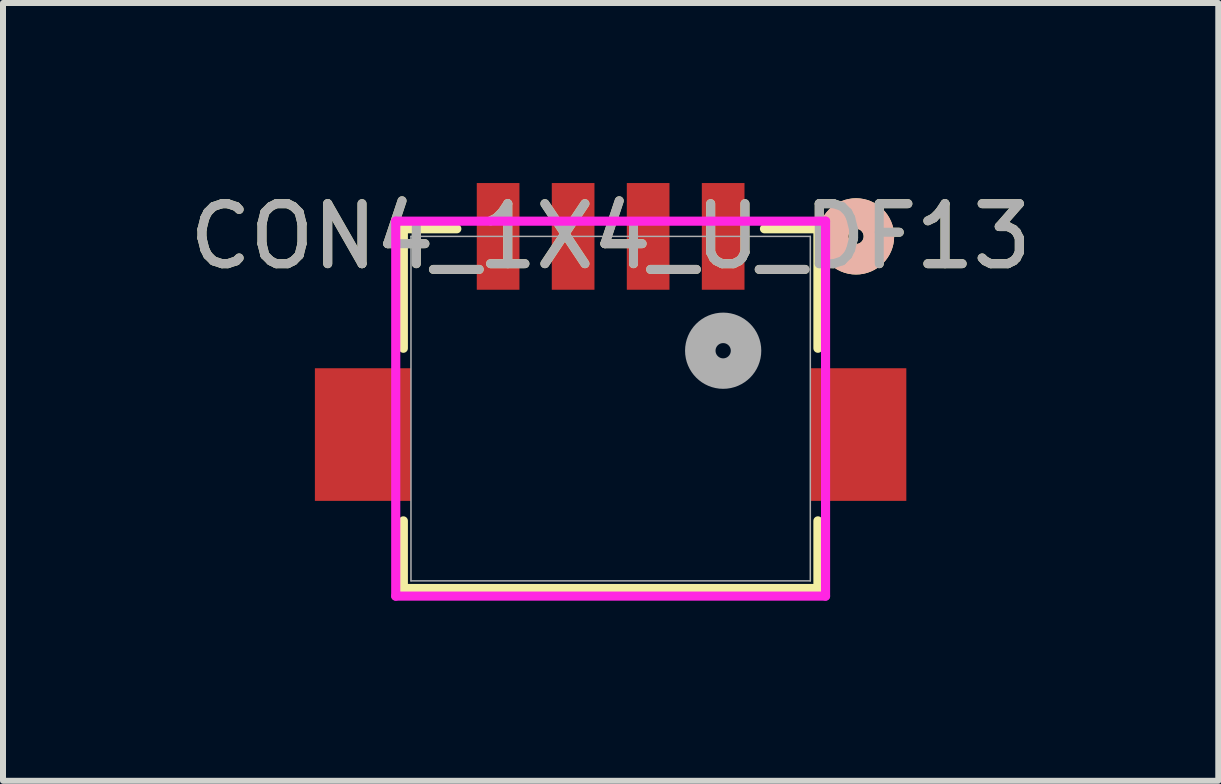
<source format=kicad_pcb>
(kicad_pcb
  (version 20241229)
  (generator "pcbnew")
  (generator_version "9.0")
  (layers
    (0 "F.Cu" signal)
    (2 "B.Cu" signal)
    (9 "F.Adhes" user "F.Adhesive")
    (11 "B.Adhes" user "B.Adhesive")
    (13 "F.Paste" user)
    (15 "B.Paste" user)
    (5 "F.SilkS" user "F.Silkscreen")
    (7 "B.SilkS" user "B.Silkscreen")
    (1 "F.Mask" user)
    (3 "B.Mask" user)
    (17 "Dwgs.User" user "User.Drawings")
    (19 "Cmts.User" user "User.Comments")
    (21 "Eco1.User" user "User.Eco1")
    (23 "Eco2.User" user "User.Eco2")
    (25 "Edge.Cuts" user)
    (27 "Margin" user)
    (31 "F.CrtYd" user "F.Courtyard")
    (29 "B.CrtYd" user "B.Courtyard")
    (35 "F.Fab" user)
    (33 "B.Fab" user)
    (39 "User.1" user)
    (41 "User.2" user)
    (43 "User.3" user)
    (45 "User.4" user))
  (footprint "CON4_1X4_U_DF13"
    (layer "F.Cu")
    (at 9 0.889)
    (property "Reference" "CON4_1X4_U_DF13" (at -1.875 0 0) (unlocked yes) (layer "F.SilkS") (effects (font (size 1 1) (thickness 0.15))))
    (attr smd)
    (fp_line (start -5.329 -0.127) (end -5.329 1.864) (stroke (width 0.152) (type solid)) (layer "F.SilkS"))
    (fp_line (start -5.329 4.74) (end -5.329 5.867) (stroke (width 0.152) (type solid)) (layer "F.SilkS"))
    (fp_line (start -5.329 5.867) (end 1.579 5.867) (stroke (width 0.152) (type solid)) (layer "F.SilkS"))
    (fp_line (start -4.438 -0.127) (end -5.329 -0.127) (stroke (width 0.152) (type solid)) (layer "F.SilkS"))
    (fp_line (start 1.579 -0.127) (end 0.688 -0.127) (stroke (width 0.152) (type solid)) (layer "F.SilkS"))
    (fp_line (start 1.579 1.864) (end 1.579 -0.127) (stroke (width 0.152) (type solid)) (layer "F.SilkS"))
    (fp_line (start 1.579 5.867) (end 1.579 4.74) (stroke (width 0.152) (type solid)) (layer "F.SilkS"))
    (fp_circle (center 2.214 0) (end 2.595 0) (stroke (width 0.508) (type solid)) (fill no) (layer "F.SilkS"))
    (fp_circle (center 2.214 0) (end 2.595 0) (stroke (width 0.508) (type solid)) (fill no) (layer "B.SilkS"))
    (fp_line (start -5.456 -0.254) (end -5.456 5.994) (stroke (width 0.152) (type solid)) (layer "F.CrtYd"))
    (fp_line (start -5.456 5.994) (end 1.706 5.994) (stroke (width 0.152) (type solid)) (layer "F.CrtYd"))
    (fp_line (start 1.706 -0.254) (end -5.456 -0.254) (stroke (width 0.152) (type solid)) (layer "F.CrtYd"))
    (fp_line (start 1.706 5.994) (end 1.706 -0.254) (stroke (width 0.152) (type solid)) (layer "F.CrtYd"))
    (fp_line (start -5.202 0) (end -5.202 5.74) (stroke (width 0.025) (type solid)) (layer "F.Fab"))
    (fp_line (start -5.202 5.74) (end 1.452 5.74) (stroke (width 0.025) (type solid)) (layer "F.Fab"))
    (fp_line (start 1.452 0) (end -5.202 0) (stroke (width 0.025) (type solid)) (layer "F.Fab"))
    (fp_line (start 1.452 5.74) (end 1.452 0) (stroke (width 0.025) (type solid)) (layer "F.Fab"))
    (fp_circle (center 0 1.905) (end 0.381 1.905) (stroke (width 0.508) (type solid)) (fill no) (layer "F.Fab"))
    (fp_text user "${REFERENCE}" (at -1.875 0 0) (unlocked yes) (layer "F.Fab") (effects (font (size 1 1) (thickness 0.15))))
    (pad "1" smd rect (at 0 0) (size 0.711 1.778) (layers "F.Cu" "F.Mask" "F.Paste"))
    (pad "2" smd rect (at -1.25 0) (size 0.711 1.778) (layers "F.Cu" "F.Mask" "F.Paste"))
    (pad "3" smd rect (at -2.5 0) (size 0.711 1.778) (layers "F.Cu" "F.Mask" "F.Paste"))
    (pad "4" smd rect (at -3.75 0) (size 0.711 1.778) (layers "F.Cu" "F.Mask" "F.Paste"))
    (pad "5" smd rect (at -6.003 3.302) (size 1.6 2.21) (layers "F.Cu" "F.Mask" "F.Paste"))
    (pad "6" smd rect (at 2.252 3.302) (size 1.6 2.21) (layers "F.Cu" "F.Mask" "F.Paste")))
  (gr_rect
    (start -3 -3)
    (end 17.25 9.96)
    (stroke (width 0.1) (type default))
    (fill no)
    (layer "Edge.Cuts")))
</source>
